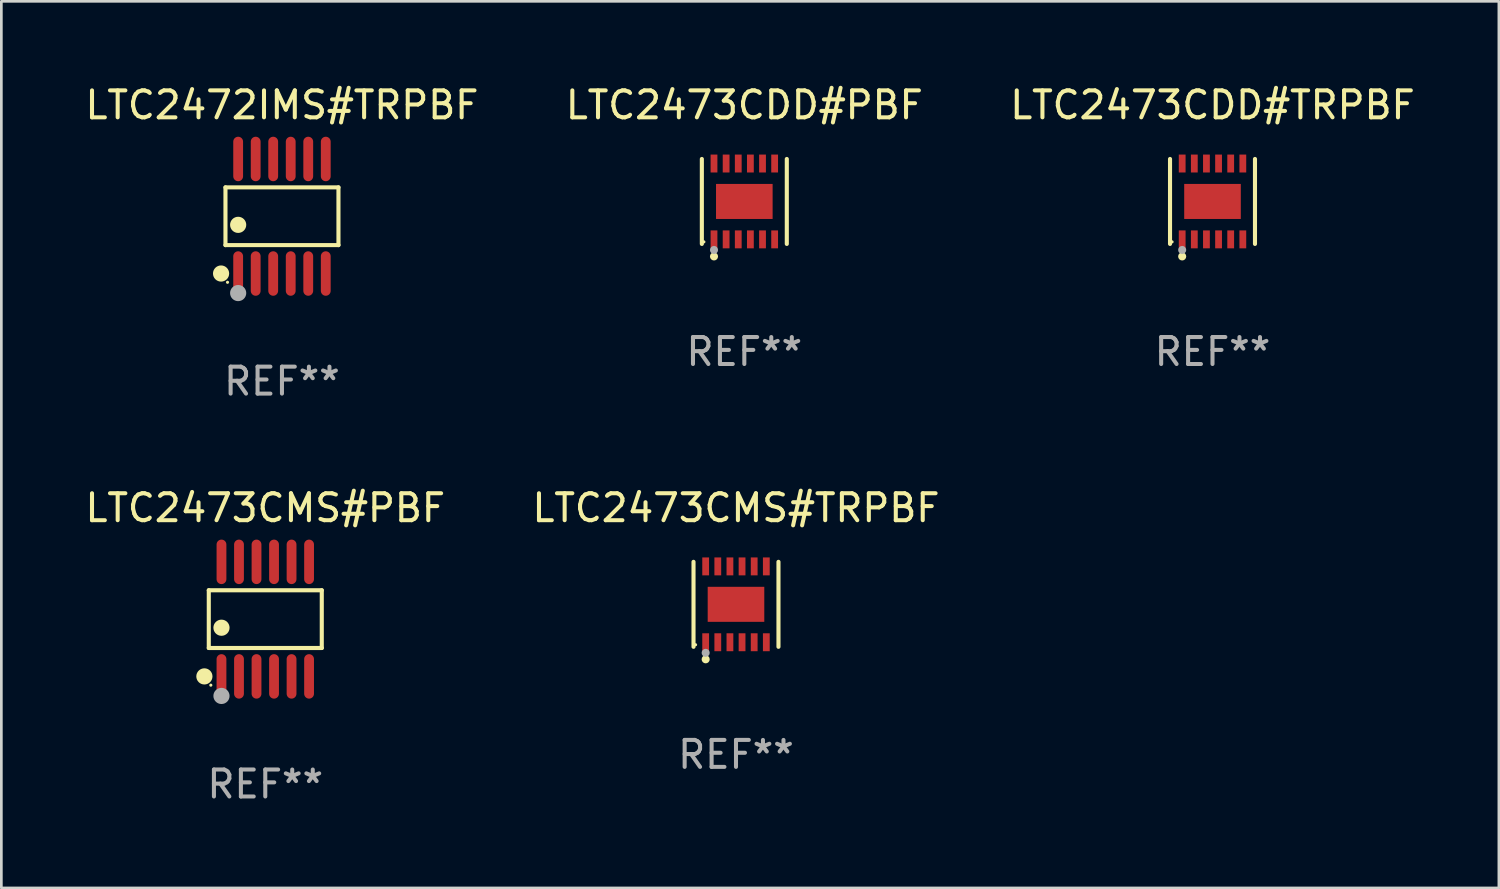
<source format=kicad_pcb>
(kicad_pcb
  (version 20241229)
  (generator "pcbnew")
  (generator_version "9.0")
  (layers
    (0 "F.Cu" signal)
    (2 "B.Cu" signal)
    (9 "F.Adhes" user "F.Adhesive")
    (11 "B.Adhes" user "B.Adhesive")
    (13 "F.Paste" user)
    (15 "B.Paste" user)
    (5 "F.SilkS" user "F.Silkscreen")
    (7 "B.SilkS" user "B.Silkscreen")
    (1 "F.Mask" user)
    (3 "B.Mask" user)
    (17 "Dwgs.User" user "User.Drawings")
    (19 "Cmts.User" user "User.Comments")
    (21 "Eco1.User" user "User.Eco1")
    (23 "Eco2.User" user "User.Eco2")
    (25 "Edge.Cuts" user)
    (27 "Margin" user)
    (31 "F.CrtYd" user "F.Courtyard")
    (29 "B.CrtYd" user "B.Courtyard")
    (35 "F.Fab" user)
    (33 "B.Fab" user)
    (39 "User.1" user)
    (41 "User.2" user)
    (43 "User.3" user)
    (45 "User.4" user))
  (footprint "LTC2473CDD#TRPBF"
    (layer "F.Cu")
    (at 41.935 4.424)
    (property "Reference" "LTC2473CDD#TRPBF" (at 0 -3.576 0) (layer "F.SilkS") (effects (font (size 1 1) (thickness 0.15))))
    (attr through_hole)
    (fp_line (start -1.576 1.576) (end -1.576 -1.576) (stroke (width 0.152) (type solid)) (layer "F.SilkS"))
    (fp_line (start 1.576 1.576) (end 1.576 -1.576) (stroke (width 0.152) (type solid)) (layer "F.SilkS"))
    (fp_circle (center -1.5 1.5) (end -1.47 1.5) (stroke (width 0.06) (type solid)) (fill no) (layer "F.SilkS"))
    (fp_circle (center -1.125 2.04) (end -1.05 2.04) (stroke (width 0.15) (type solid)) (fill no) (layer "F.SilkS"))
    (fp_circle (center -1.125 1.8) (end -1.05 1.8) (stroke (width 0.15) (type solid)) (fill no) (layer "F.Fab"))
    (fp_text user "REF**" (at 0 5.576 0) (layer "F.Fab") (effects (font (size 1 1) (thickness 0.15))))
    (pad "1" smd rect (at -1.125 1.407) (size 0.252 0.665) (layers "F.Cu" "F.Mask" "F.Paste"))
    (pad "2" smd rect (at -0.675 1.407) (size 0.252 0.665) (layers "F.Cu" "F.Mask" "F.Paste"))
    (pad "3" smd rect (at -0.225 1.407) (size 0.252 0.665) (layers "F.Cu" "F.Mask" "F.Paste"))
    (pad "4" smd rect (at 0.225 1.407) (size 0.252 0.665) (layers "F.Cu" "F.Mask" "F.Paste"))
    (pad "5" smd rect (at 0.675 1.407) (size 0.252 0.665) (layers "F.Cu" "F.Mask" "F.Paste"))
    (pad "6" smd rect (at 1.125 1.407) (size 0.252 0.665) (layers "F.Cu" "F.Mask" "F.Paste"))
    (pad "7" smd rect (at 1.125 -1.407) (size 0.252 0.665) (layers "F.Cu" "F.Mask" "F.Paste"))
    (pad "8" smd rect (at 0.675 -1.407) (size 0.252 0.665) (layers "F.Cu" "F.Mask" "F.Paste"))
    (pad "9" smd rect (at 0.225 -1.407) (size 0.252 0.665) (layers "F.Cu" "F.Mask" "F.Paste"))
    (pad "10" smd rect (at -0.225 -1.407) (size 0.252 0.665) (layers "F.Cu" "F.Mask" "F.Paste"))
    (pad "11" smd rect (at -0.675 -1.407) (size 0.252 0.665) (layers "F.Cu" "F.Mask" "F.Paste"))
    (pad "12" smd rect (at -1.125 -1.407) (size 0.252 0.665) (layers "F.Cu" "F.Mask" "F.Paste"))
    (pad "13" smd rect (at 0 0) (size 2.1 1.3) (layers "F.Cu" "F.Mask" "F.Paste")))
  (footprint "LTC2473CMS#PBF"
    (layer "F.Cu")
    (at 6.792 19.92)
    (property "Reference" "LTC2473CMS#PBF" (at 0 -4.125 0) (layer "F.SilkS") (effects (font (size 1 1) (thickness 0.15))))
    (attr through_hole)
    (fp_line (start -2.096 -1.071) (end 2.096 -1.071) (stroke (width 0.152) (type solid)) (layer "F.SilkS"))
    (fp_line (start -2.096 1.071) (end -2.096 -1.071) (stroke (width 0.152) (type solid)) (layer "F.SilkS"))
    (fp_line (start 2.096 -1.071) (end 2.096 1.071) (stroke (width 0.152) (type solid)) (layer "F.SilkS"))
    (fp_line (start 2.096 1.071) (end -2.096 1.071) (stroke (width 0.152) (type solid)) (layer "F.SilkS"))
    (fp_circle (center -2.259 2.125) (end -2.109 2.125) (stroke (width 0.3) (type solid)) (fill no) (layer "F.SilkS"))
    (fp_circle (center -2.02 2.45) (end -1.99 2.45) (stroke (width 0.06) (type solid)) (fill no) (layer "F.SilkS"))
    (fp_circle (center -1.625 0.319) (end -1.475 0.319) (stroke (width 0.3) (type solid)) (fill no) (layer "F.SilkS"))
    (fp_circle (center -1.625 2.85) (end -1.475 2.85) (stroke (width 0.3) (type solid)) (fill no) (layer "F.Fab"))
    (fp_text user "REF**" (at 0 6.125 0) (layer "F.Fab") (effects (font (size 1 1) (thickness 0.15))))
    (pad "1" smd oval (at -1.625 2.125) (size 0.364 1.65) (layers "F.Cu" "F.Mask" "F.Paste"))
    (pad "2" smd oval (at -0.975 2.125) (size 0.364 1.65) (layers "F.Cu" "F.Mask" "F.Paste"))
    (pad "3" smd oval (at -0.325 2.125) (size 0.364 1.65) (layers "F.Cu" "F.Mask" "F.Paste"))
    (pad "4" smd oval (at 0.325 2.125) (size 0.364 1.65) (layers "F.Cu" "F.Mask" "F.Paste"))
    (pad "5" smd oval (at 0.975 2.125) (size 0.364 1.65) (layers "F.Cu" "F.Mask" "F.Paste"))
    (pad "6" smd oval (at 1.625 2.125) (size 0.364 1.65) (layers "F.Cu" "F.Mask" "F.Paste"))
    (pad "7" smd oval (at 1.625 -2.125) (size 0.364 1.65) (layers "F.Cu" "F.Mask" "F.Paste"))
    (pad "8" smd oval (at 0.975 -2.125) (size 0.364 1.65) (layers "F.Cu" "F.Mask" "F.Paste"))
    (pad "9" smd oval (at 0.325 -2.125) (size 0.364 1.65) (layers "F.Cu" "F.Mask" "F.Paste"))
    (pad "10" smd oval (at -0.325 -2.125) (size 0.364 1.65) (layers "F.Cu" "F.Mask" "F.Paste"))
    (pad "11" smd oval (at -0.975 -2.125) (size 0.364 1.65) (layers "F.Cu" "F.Mask" "F.Paste"))
    (pad "12" smd oval (at -1.625 -2.125) (size 0.364 1.65) (layers "F.Cu" "F.Mask" "F.Paste")))
  (footprint "LTC2472IMS#TRPBF"
    (layer "F.Cu")
    (at 7.411 4.973)
    (property "Reference" "LTC2472IMS#TRPBF" (at 0 -4.125 0) (layer "F.SilkS") (effects (font (size 1 1) (thickness 0.15))))
    (attr through_hole)
    (fp_line (start -2.096 -1.071) (end 2.096 -1.071) (stroke (width 0.152) (type solid)) (layer "F.SilkS"))
    (fp_line (start -2.096 1.071) (end -2.096 -1.071) (stroke (width 0.152) (type solid)) (layer "F.SilkS"))
    (fp_line (start 2.096 -1.071) (end 2.096 1.071) (stroke (width 0.152) (type solid)) (layer "F.SilkS"))
    (fp_line (start 2.096 1.071) (end -2.096 1.071) (stroke (width 0.152) (type solid)) (layer "F.SilkS"))
    (fp_circle (center -2.259 2.125) (end -2.109 2.125) (stroke (width 0.3) (type solid)) (fill no) (layer "F.SilkS"))
    (fp_circle (center -2.02 2.45) (end -1.99 2.45) (stroke (width 0.06) (type solid)) (fill no) (layer "F.SilkS"))
    (fp_circle (center -1.625 0.319) (end -1.475 0.319) (stroke (width 0.3) (type solid)) (fill no) (layer "F.SilkS"))
    (fp_circle (center -1.625 2.85) (end -1.475 2.85) (stroke (width 0.3) (type solid)) (fill no) (layer "F.Fab"))
    (fp_text user "REF**" (at 0 6.125 0) (layer "F.Fab") (effects (font (size 1 1) (thickness 0.15))))
    (pad "1" smd oval (at -1.625 2.125) (size 0.364 1.65) (layers "F.Cu" "F.Mask" "F.Paste"))
    (pad "2" smd oval (at -0.975 2.125) (size 0.364 1.65) (layers "F.Cu" "F.Mask" "F.Paste"))
    (pad "3" smd oval (at -0.325 2.125) (size 0.364 1.65) (layers "F.Cu" "F.Mask" "F.Paste"))
    (pad "4" smd oval (at 0.325 2.125) (size 0.364 1.65) (layers "F.Cu" "F.Mask" "F.Paste"))
    (pad "5" smd oval (at 0.975 2.125) (size 0.364 1.65) (layers "F.Cu" "F.Mask" "F.Paste"))
    (pad "6" smd oval (at 1.625 2.125) (size 0.364 1.65) (layers "F.Cu" "F.Mask" "F.Paste"))
    (pad "7" smd oval (at 1.625 -2.125) (size 0.364 1.65) (layers "F.Cu" "F.Mask" "F.Paste"))
    (pad "8" smd oval (at 0.975 -2.125) (size 0.364 1.65) (layers "F.Cu" "F.Mask" "F.Paste"))
    (pad "9" smd oval (at 0.325 -2.125) (size 0.364 1.65) (layers "F.Cu" "F.Mask" "F.Paste"))
    (pad "10" smd oval (at -0.325 -2.125) (size 0.364 1.65) (layers "F.Cu" "F.Mask" "F.Paste"))
    (pad "11" smd oval (at -0.975 -2.125) (size 0.364 1.65) (layers "F.Cu" "F.Mask" "F.Paste"))
    (pad "12" smd oval (at -1.625 -2.125) (size 0.364 1.65) (layers "F.Cu" "F.Mask" "F.Paste")))
  (footprint "LTC2473CMS#TRPBF"
    (layer "F.Cu")
    (at 24.256 19.371)
    (property "Reference" "LTC2473CMS#TRPBF" (at 0 -3.576 0) (layer "F.SilkS") (effects (font (size 1 1) (thickness 0.15))))
    (attr through_hole)
    (fp_line (start -1.576 1.576) (end -1.576 -1.576) (stroke (width 0.152) (type solid)) (layer "F.SilkS"))
    (fp_line (start 1.576 1.576) (end 1.576 -1.576) (stroke (width 0.152) (type solid)) (layer "F.SilkS"))
    (fp_circle (center -1.5 1.5) (end -1.47 1.5) (stroke (width 0.06) (type solid)) (fill no) (layer "F.SilkS"))
    (fp_circle (center -1.125 2.04) (end -1.05 2.04) (stroke (width 0.15) (type solid)) (fill no) (layer "F.SilkS"))
    (fp_circle (center -1.125 1.8) (end -1.05 1.8) (stroke (width 0.15) (type solid)) (fill no) (layer "F.Fab"))
    (fp_text user "REF**" (at 0 5.576 0) (layer "F.Fab") (effects (font (size 1 1) (thickness 0.15))))
    (pad "1" smd rect (at -1.125 1.407) (size 0.252 0.665) (layers "F.Cu" "F.Mask" "F.Paste"))
    (pad "2" smd rect (at -0.675 1.407) (size 0.252 0.665) (layers "F.Cu" "F.Mask" "F.Paste"))
    (pad "3" smd rect (at -0.225 1.407) (size 0.252 0.665) (layers "F.Cu" "F.Mask" "F.Paste"))
    (pad "4" smd rect (at 0.225 1.407) (size 0.252 0.665) (layers "F.Cu" "F.Mask" "F.Paste"))
    (pad "5" smd rect (at 0.675 1.407) (size 0.252 0.665) (layers "F.Cu" "F.Mask" "F.Paste"))
    (pad "6" smd rect (at 1.125 1.407) (size 0.252 0.665) (layers "F.Cu" "F.Mask" "F.Paste"))
    (pad "7" smd rect (at 1.125 -1.407) (size 0.252 0.665) (layers "F.Cu" "F.Mask" "F.Paste"))
    (pad "8" smd rect (at 0.675 -1.407) (size 0.252 0.665) (layers "F.Cu" "F.Mask" "F.Paste"))
    (pad "9" smd rect (at 0.225 -1.407) (size 0.252 0.665) (layers "F.Cu" "F.Mask" "F.Paste"))
    (pad "10" smd rect (at -0.225 -1.407) (size 0.252 0.665) (layers "F.Cu" "F.Mask" "F.Paste"))
    (pad "11" smd rect (at -0.675 -1.407) (size 0.252 0.665) (layers "F.Cu" "F.Mask" "F.Paste"))
    (pad "12" smd rect (at -1.125 -1.407) (size 0.252 0.665) (layers "F.Cu" "F.Mask" "F.Paste"))
    (pad "13" smd rect (at 0 0) (size 2.1 1.3) (layers "F.Cu" "F.Mask" "F.Paste")))
  (footprint "LTC2473CDD#PBF"
    (layer "F.Cu")
    (at 24.565 4.424)
    (property "Reference" "LTC2473CDD#PBF" (at 0 -3.576 0) (layer "F.SilkS") (effects (font (size 1 1) (thickness 0.15))))
    (attr through_hole)
    (fp_line (start -1.576 1.576) (end -1.576 -1.576) (stroke (width 0.152) (type solid)) (layer "F.SilkS"))
    (fp_line (start 1.576 1.576) (end 1.576 -1.576) (stroke (width 0.152) (type solid)) (layer "F.SilkS"))
    (fp_circle (center -1.5 1.5) (end -1.47 1.5) (stroke (width 0.06) (type solid)) (fill no) (layer "F.SilkS"))
    (fp_circle (center -1.125 2.04) (end -1.05 2.04) (stroke (width 0.15) (type solid)) (fill no) (layer "F.SilkS"))
    (fp_circle (center -1.125 1.8) (end -1.05 1.8) (stroke (width 0.15) (type solid)) (fill no) (layer "F.Fab"))
    (fp_text user "REF**" (at 0 5.576 0) (layer "F.Fab") (effects (font (size 1 1) (thickness 0.15))))
    (pad "1" smd rect (at -1.125 1.407) (size 0.252 0.665) (layers "F.Cu" "F.Mask" "F.Paste"))
    (pad "2" smd rect (at -0.675 1.407) (size 0.252 0.665) (layers "F.Cu" "F.Mask" "F.Paste"))
    (pad "3" smd rect (at -0.225 1.407) (size 0.252 0.665) (layers "F.Cu" "F.Mask" "F.Paste"))
    (pad "4" smd rect (at 0.225 1.407) (size 0.252 0.665) (layers "F.Cu" "F.Mask" "F.Paste"))
    (pad "5" smd rect (at 0.675 1.407) (size 0.252 0.665) (layers "F.Cu" "F.Mask" "F.Paste"))
    (pad "6" smd rect (at 1.125 1.407) (size 0.252 0.665) (layers "F.Cu" "F.Mask" "F.Paste"))
    (pad "7" smd rect (at 1.125 -1.407) (size 0.252 0.665) (layers "F.Cu" "F.Mask" "F.Paste"))
    (pad "8" smd rect (at 0.675 -1.407) (size 0.252 0.665) (layers "F.Cu" "F.Mask" "F.Paste"))
    (pad "9" smd rect (at 0.225 -1.407) (size 0.252 0.665) (layers "F.Cu" "F.Mask" "F.Paste"))
    (pad "10" smd rect (at -0.225 -1.407) (size 0.252 0.665) (layers "F.Cu" "F.Mask" "F.Paste"))
    (pad "11" smd rect (at -0.675 -1.407) (size 0.252 0.665) (layers "F.Cu" "F.Mask" "F.Paste"))
    (pad "12" smd rect (at -1.125 -1.407) (size 0.252 0.665) (layers "F.Cu" "F.Mask" "F.Paste"))
    (pad "13" smd rect (at 0 0) (size 2.1 1.3) (layers "F.Cu" "F.Mask" "F.Paste")))
  (gr_rect
    (start -3 -3)
    (end 52.56 29.893)
    (stroke (width 0.1) (type default))
    (fill no)
    (layer "Edge.Cuts")))
</source>
